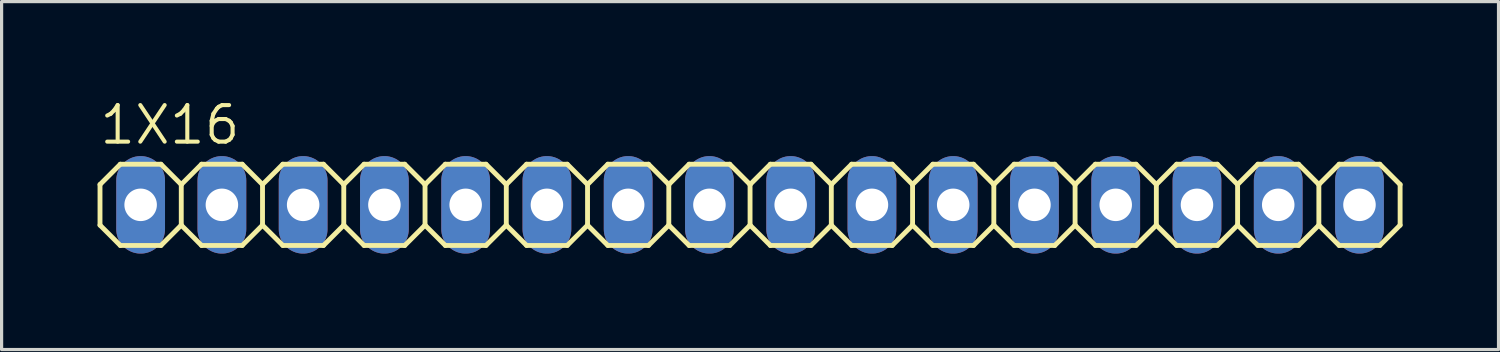
<source format=kicad_pcb>
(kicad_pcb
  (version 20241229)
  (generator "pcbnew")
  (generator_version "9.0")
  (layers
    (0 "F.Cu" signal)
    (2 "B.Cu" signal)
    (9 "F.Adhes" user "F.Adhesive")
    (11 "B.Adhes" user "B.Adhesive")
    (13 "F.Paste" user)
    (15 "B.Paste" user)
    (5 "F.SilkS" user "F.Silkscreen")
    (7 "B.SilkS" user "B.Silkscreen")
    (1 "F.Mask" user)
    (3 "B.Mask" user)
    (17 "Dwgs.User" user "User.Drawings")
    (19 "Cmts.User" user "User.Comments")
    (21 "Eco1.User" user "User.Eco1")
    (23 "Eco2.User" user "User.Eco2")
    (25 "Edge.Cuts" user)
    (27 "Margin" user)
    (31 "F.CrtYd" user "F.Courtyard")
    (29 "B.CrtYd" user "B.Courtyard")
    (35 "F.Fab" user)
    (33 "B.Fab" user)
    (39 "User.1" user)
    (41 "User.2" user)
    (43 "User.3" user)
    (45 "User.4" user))
  (footprint "1X16"
    (layer "F.Cu")
    (at 20.396 3.353)
    (property "Reference" "1X16" (at -20.396 -1.829 0) (layer "F.SilkS") (effects (font (size 1.143 1.143) (thickness 0.127)) (justify left bottom)))
    (fp_line (start -20.32 -0.635) (end -20.32 0.635) (stroke (width 0.152) (type solid)) (layer "F.SilkS"))
    (fp_line (start -20.32 0.635) (end -19.685 1.27) (stroke (width 0.152) (type solid)) (layer "F.SilkS"))
    (fp_line (start -19.685 -1.27) (end -20.32 -0.635) (stroke (width 0.152) (type solid)) (layer "F.SilkS"))
    (fp_line (start -19.685 -1.27) (end -18.415 -1.27) (stroke (width 0.152) (type solid)) (layer "F.SilkS"))
    (fp_line (start -18.415 -1.27) (end -17.78 -0.635) (stroke (width 0.152) (type solid)) (layer "F.SilkS"))
    (fp_line (start -18.415 1.27) (end -19.685 1.27) (stroke (width 0.152) (type solid)) (layer "F.SilkS"))
    (fp_line (start -17.78 -0.635) (end -17.78 0.635) (stroke (width 0.152) (type solid)) (layer "F.SilkS"))
    (fp_line (start -17.78 -0.635) (end -17.145 -1.27) (stroke (width 0.152) (type solid)) (layer "F.SilkS"))
    (fp_line (start -17.78 0.635) (end -18.415 1.27) (stroke (width 0.152) (type solid)) (layer "F.SilkS"))
    (fp_line (start -17.145 -1.27) (end -15.875 -1.27) (stroke (width 0.152) (type solid)) (layer "F.SilkS"))
    (fp_line (start -17.145 1.27) (end -17.78 0.635) (stroke (width 0.152) (type solid)) (layer "F.SilkS"))
    (fp_line (start -15.875 -1.27) (end -15.24 -0.635) (stroke (width 0.152) (type solid)) (layer "F.SilkS"))
    (fp_line (start -15.875 1.27) (end -17.145 1.27) (stroke (width 0.152) (type solid)) (layer "F.SilkS"))
    (fp_line (start -15.24 -0.635) (end -15.24 0.635) (stroke (width 0.152) (type solid)) (layer "F.SilkS"))
    (fp_line (start -15.24 -0.635) (end -14.605 -1.27) (stroke (width 0.152) (type solid)) (layer "F.SilkS"))
    (fp_line (start -15.24 0.635) (end -15.875 1.27) (stroke (width 0.152) (type solid)) (layer "F.SilkS"))
    (fp_line (start -14.605 -1.27) (end -13.335 -1.27) (stroke (width 0.152) (type solid)) (layer "F.SilkS"))
    (fp_line (start -14.605 1.27) (end -15.24 0.635) (stroke (width 0.152) (type solid)) (layer "F.SilkS"))
    (fp_line (start -13.335 -1.27) (end -12.7 -0.635) (stroke (width 0.152) (type solid)) (layer "F.SilkS"))
    (fp_line (start -13.335 1.27) (end -14.605 1.27) (stroke (width 0.152) (type solid)) (layer "F.SilkS"))
    (fp_line (start -12.7 -0.635) (end -12.7 0.635) (stroke (width 0.152) (type solid)) (layer "F.SilkS"))
    (fp_line (start -12.7 0.635) (end -13.335 1.27) (stroke (width 0.152) (type solid)) (layer "F.SilkS"))
    (fp_line (start -12.7 0.635) (end -12.065 1.27) (stroke (width 0.152) (type solid)) (layer "F.SilkS"))
    (fp_line (start -12.065 -1.27) (end -12.7 -0.635) (stroke (width 0.152) (type solid)) (layer "F.SilkS"))
    (fp_line (start -12.065 -1.27) (end -10.795 -1.27) (stroke (width 0.152) (type solid)) (layer "F.SilkS"))
    (fp_line (start -10.795 -1.27) (end -10.16 -0.635) (stroke (width 0.152) (type solid)) (layer "F.SilkS"))
    (fp_line (start -10.795 1.27) (end -12.065 1.27) (stroke (width 0.152) (type solid)) (layer "F.SilkS"))
    (fp_line (start -10.16 -0.635) (end -10.16 0.635) (stroke (width 0.152) (type solid)) (layer "F.SilkS"))
    (fp_line (start -10.16 -0.635) (end -9.525 -1.27) (stroke (width 0.152) (type solid)) (layer "F.SilkS"))
    (fp_line (start -10.16 0.635) (end -10.795 1.27) (stroke (width 0.152) (type solid)) (layer "F.SilkS"))
    (fp_line (start -9.525 -1.27) (end -8.255 -1.27) (stroke (width 0.152) (type solid)) (layer "F.SilkS"))
    (fp_line (start -9.525 1.27) (end -10.16 0.635) (stroke (width 0.152) (type solid)) (layer "F.SilkS"))
    (fp_line (start -8.255 -1.27) (end -7.62 -0.635) (stroke (width 0.152) (type solid)) (layer "F.SilkS"))
    (fp_line (start -8.255 1.27) (end -9.525 1.27) (stroke (width 0.152) (type solid)) (layer "F.SilkS"))
    (fp_line (start -7.62 -0.635) (end -7.62 0.635) (stroke (width 0.152) (type solid)) (layer "F.SilkS"))
    (fp_line (start -7.62 -0.635) (end -6.985 -1.27) (stroke (width 0.152) (type solid)) (layer "F.SilkS"))
    (fp_line (start -7.62 0.635) (end -8.255 1.27) (stroke (width 0.152) (type solid)) (layer "F.SilkS"))
    (fp_line (start -6.985 -1.27) (end -5.715 -1.27) (stroke (width 0.152) (type solid)) (layer "F.SilkS"))
    (fp_line (start -6.985 1.27) (end -7.62 0.635) (stroke (width 0.152) (type solid)) (layer "F.SilkS"))
    (fp_line (start -5.715 -1.27) (end -5.08 -0.635) (stroke (width 0.152) (type solid)) (layer "F.SilkS"))
    (fp_line (start -5.715 1.27) (end -6.985 1.27) (stroke (width 0.152) (type solid)) (layer "F.SilkS"))
    (fp_line (start -5.08 -0.635) (end -5.08 0.635) (stroke (width 0.152) (type solid)) (layer "F.SilkS"))
    (fp_line (start -5.08 0.635) (end -5.715 1.27) (stroke (width 0.152) (type solid)) (layer "F.SilkS"))
    (fp_line (start -5.08 0.635) (end -4.445 1.27) (stroke (width 0.152) (type solid)) (layer "F.SilkS"))
    (fp_line (start -4.445 -1.27) (end -5.08 -0.635) (stroke (width 0.152) (type solid)) (layer "F.SilkS"))
    (fp_line (start -4.445 -1.27) (end -3.175 -1.27) (stroke (width 0.152) (type solid)) (layer "F.SilkS"))
    (fp_line (start -3.175 -1.27) (end -2.54 -0.635) (stroke (width 0.152) (type solid)) (layer "F.SilkS"))
    (fp_line (start -3.175 1.27) (end -4.445 1.27) (stroke (width 0.152) (type solid)) (layer "F.SilkS"))
    (fp_line (start -2.54 -0.635) (end -2.54 0.635) (stroke (width 0.152) (type solid)) (layer "F.SilkS"))
    (fp_line (start -2.54 -0.635) (end -1.905 -1.27) (stroke (width 0.152) (type solid)) (layer "F.SilkS"))
    (fp_line (start -2.54 0.635) (end -3.175 1.27) (stroke (width 0.152) (type solid)) (layer "F.SilkS"))
    (fp_line (start -1.905 -1.27) (end -0.635 -1.27) (stroke (width 0.152) (type solid)) (layer "F.SilkS"))
    (fp_line (start -1.905 1.27) (end -2.54 0.635) (stroke (width 0.152) (type solid)) (layer "F.SilkS"))
    (fp_line (start -0.635 -1.27) (end 0 -0.635) (stroke (width 0.152) (type solid)) (layer "F.SilkS"))
    (fp_line (start -0.635 1.27) (end -1.905 1.27) (stroke (width 0.152) (type solid)) (layer "F.SilkS"))
    (fp_line (start 0 -0.635) (end 0 0.635) (stroke (width 0.152) (type solid)) (layer "F.SilkS"))
    (fp_line (start 0 -0.635) (end 0.635 -1.27) (stroke (width 0.152) (type solid)) (layer "F.SilkS"))
    (fp_line (start 0 0.635) (end -0.635 1.27) (stroke (width 0.152) (type solid)) (layer "F.SilkS"))
    (fp_line (start 0.635 -1.27) (end 1.905 -1.27) (stroke (width 0.152) (type solid)) (layer "F.SilkS"))
    (fp_line (start 0.635 1.27) (end 0 0.635) (stroke (width 0.152) (type solid)) (layer "F.SilkS"))
    (fp_line (start 1.905 -1.27) (end 2.54 -0.635) (stroke (width 0.152) (type solid)) (layer "F.SilkS"))
    (fp_line (start 1.905 1.27) (end 0.635 1.27) (stroke (width 0.152) (type solid)) (layer "F.SilkS"))
    (fp_line (start 2.54 -0.635) (end 2.54 0.635) (stroke (width 0.152) (type solid)) (layer "F.SilkS"))
    (fp_line (start 2.54 0.635) (end 1.905 1.27) (stroke (width 0.152) (type solid)) (layer "F.SilkS"))
    (fp_line (start 2.54 0.635) (end 3.175 1.27) (stroke (width 0.152) (type solid)) (layer "F.SilkS"))
    (fp_line (start 3.175 -1.27) (end 2.54 -0.635) (stroke (width 0.152) (type solid)) (layer "F.SilkS"))
    (fp_line (start 3.175 -1.27) (end 4.445 -1.27) (stroke (width 0.152) (type solid)) (layer "F.SilkS"))
    (fp_line (start 4.445 -1.27) (end 5.08 -0.635) (stroke (width 0.152) (type solid)) (layer "F.SilkS"))
    (fp_line (start 4.445 1.27) (end 3.175 1.27) (stroke (width 0.152) (type solid)) (layer "F.SilkS"))
    (fp_line (start 5.08 -0.635) (end 5.08 0.635) (stroke (width 0.152) (type solid)) (layer "F.SilkS"))
    (fp_line (start 5.08 -0.635) (end 5.715 -1.27) (stroke (width 0.152) (type solid)) (layer "F.SilkS"))
    (fp_line (start 5.08 0.635) (end 4.445 1.27) (stroke (width 0.152) (type solid)) (layer "F.SilkS"))
    (fp_line (start 5.715 -1.27) (end 6.985 -1.27) (stroke (width 0.152) (type solid)) (layer "F.SilkS"))
    (fp_line (start 5.715 1.27) (end 5.08 0.635) (stroke (width 0.152) (type solid)) (layer "F.SilkS"))
    (fp_line (start 6.985 -1.27) (end 7.62 -0.635) (stroke (width 0.152) (type solid)) (layer "F.SilkS"))
    (fp_line (start 6.985 1.27) (end 5.715 1.27) (stroke (width 0.152) (type solid)) (layer "F.SilkS"))
    (fp_line (start 7.62 -0.635) (end 7.62 0.635) (stroke (width 0.152) (type solid)) (layer "F.SilkS"))
    (fp_line (start 7.62 -0.635) (end 8.255 -1.27) (stroke (width 0.152) (type solid)) (layer "F.SilkS"))
    (fp_line (start 7.62 0.635) (end 6.985 1.27) (stroke (width 0.152) (type solid)) (layer "F.SilkS"))
    (fp_line (start 8.255 -1.27) (end 9.525 -1.27) (stroke (width 0.152) (type solid)) (layer "F.SilkS"))
    (fp_line (start 8.255 1.27) (end 7.62 0.635) (stroke (width 0.152) (type solid)) (layer "F.SilkS"))
    (fp_line (start 9.525 -1.27) (end 10.16 -0.635) (stroke (width 0.152) (type solid)) (layer "F.SilkS"))
    (fp_line (start 9.525 1.27) (end 8.255 1.27) (stroke (width 0.152) (type solid)) (layer "F.SilkS"))
    (fp_line (start 10.16 -0.635) (end 10.16 0.635) (stroke (width 0.152) (type solid)) (layer "F.SilkS"))
    (fp_line (start 10.16 0.635) (end 9.525 1.27) (stroke (width 0.152) (type solid)) (layer "F.SilkS"))
    (fp_line (start 10.16 0.635) (end 10.795 1.27) (stroke (width 0.152) (type solid)) (layer "F.SilkS"))
    (fp_line (start 10.795 -1.27) (end 10.16 -0.635) (stroke (width 0.152) (type solid)) (layer "F.SilkS"))
    (fp_line (start 10.795 -1.27) (end 12.065 -1.27) (stroke (width 0.152) (type solid)) (layer "F.SilkS"))
    (fp_line (start 12.065 -1.27) (end 12.7 -0.635) (stroke (width 0.152) (type solid)) (layer "F.SilkS"))
    (fp_line (start 12.065 1.27) (end 10.795 1.27) (stroke (width 0.152) (type solid)) (layer "F.SilkS"))
    (fp_line (start 12.7 -0.635) (end 12.7 0.635) (stroke (width 0.152) (type solid)) (layer "F.SilkS"))
    (fp_line (start 12.7 -0.635) (end 13.335 -1.27) (stroke (width 0.152) (type solid)) (layer "F.SilkS"))
    (fp_line (start 12.7 0.635) (end 12.065 1.27) (stroke (width 0.152) (type solid)) (layer "F.SilkS"))
    (fp_line (start 13.335 -1.27) (end 14.605 -1.27) (stroke (width 0.152) (type solid)) (layer "F.SilkS"))
    (fp_line (start 13.335 1.27) (end 12.7 0.635) (stroke (width 0.152) (type solid)) (layer "F.SilkS"))
    (fp_line (start 14.605 -1.27) (end 15.24 -0.635) (stroke (width 0.152) (type solid)) (layer "F.SilkS"))
    (fp_line (start 14.605 1.27) (end 13.335 1.27) (stroke (width 0.152) (type solid)) (layer "F.SilkS"))
    (fp_line (start 15.24 -0.635) (end 15.24 0.635) (stroke (width 0.152) (type solid)) (layer "F.SilkS"))
    (fp_line (start 15.24 -0.635) (end 15.875 -1.27) (stroke (width 0.152) (type solid)) (layer "F.SilkS"))
    (fp_line (start 15.24 0.635) (end 14.605 1.27) (stroke (width 0.152) (type solid)) (layer "F.SilkS"))
    (fp_line (start 15.875 -1.27) (end 17.145 -1.27) (stroke (width 0.152) (type solid)) (layer "F.SilkS"))
    (fp_line (start 15.875 1.27) (end 15.24 0.635) (stroke (width 0.152) (type solid)) (layer "F.SilkS"))
    (fp_line (start 17.145 -1.27) (end 17.78 -0.635) (stroke (width 0.152) (type solid)) (layer "F.SilkS"))
    (fp_line (start 17.145 1.27) (end 15.875 1.27) (stroke (width 0.152) (type solid)) (layer "F.SilkS"))
    (fp_line (start 17.78 -0.635) (end 17.78 0.635) (stroke (width 0.152) (type solid)) (layer "F.SilkS"))
    (fp_line (start 17.78 -0.635) (end 18.415 -1.27) (stroke (width 0.152) (type solid)) (layer "F.SilkS"))
    (fp_line (start 17.78 0.635) (end 17.145 1.27) (stroke (width 0.152) (type solid)) (layer "F.SilkS"))
    (fp_line (start 18.415 -1.27) (end 19.685 -1.27) (stroke (width 0.152) (type solid)) (layer "F.SilkS"))
    (fp_line (start 18.415 1.27) (end 17.78 0.635) (stroke (width 0.152) (type solid)) (layer "F.SilkS"))
    (fp_line (start 19.685 -1.27) (end 20.32 -0.635) (stroke (width 0.152) (type solid)) (layer "F.SilkS"))
    (fp_line (start 19.685 1.27) (end 18.415 1.27) (stroke (width 0.152) (type solid)) (layer "F.SilkS"))
    (fp_line (start 20.32 -0.635) (end 20.32 0.635) (stroke (width 0.152) (type solid)) (layer "F.SilkS"))
    (fp_line (start 20.32 0.635) (end 19.685 1.27) (stroke (width 0.152) (type solid)) (layer "F.SilkS"))
    (fp_poly (pts (xy -19.304 0.254) (xy -18.796 0.254) (xy -18.796 -0.254) (xy -19.304 -0.254)) (stroke (width 0.1) (type default)) (fill no) (layer "F.Fab"))
    (fp_poly (pts (xy -16.764 0.254) (xy -16.256 0.254) (xy -16.256 -0.254) (xy -16.764 -0.254)) (stroke (width 0.1) (type default)) (fill no) (layer "F.Fab"))
    (fp_poly (pts (xy -14.224 0.254) (xy -13.716 0.254) (xy -13.716 -0.254) (xy -14.224 -0.254)) (stroke (width 0.1) (type default)) (fill no) (layer "F.Fab"))
    (fp_poly (pts (xy -11.684 0.254) (xy -11.176 0.254) (xy -11.176 -0.254) (xy -11.684 -0.254)) (stroke (width 0.1) (type default)) (fill no) (layer "F.Fab"))
    (fp_poly (pts (xy -9.144 0.254) (xy -8.636 0.254) (xy -8.636 -0.254) (xy -9.144 -0.254)) (stroke (width 0.1) (type default)) (fill no) (layer "F.Fab"))
    (fp_poly (pts (xy -6.604 0.254) (xy -6.096 0.254) (xy -6.096 -0.254) (xy -6.604 -0.254)) (stroke (width 0.1) (type default)) (fill no) (layer "F.Fab"))
    (fp_poly (pts (xy -4.064 0.254) (xy -3.556 0.254) (xy -3.556 -0.254) (xy -4.064 -0.254)) (stroke (width 0.1) (type default)) (fill no) (layer "F.Fab"))
    (fp_poly (pts (xy -1.524 0.254) (xy -1.016 0.254) (xy -1.016 -0.254) (xy -1.524 -0.254)) (stroke (width 0.1) (type default)) (fill no) (layer "F.Fab"))
    (fp_poly (pts (xy 1.016 0.254) (xy 1.524 0.254) (xy 1.524 -0.254) (xy 1.016 -0.254)) (stroke (width 0.1) (type default)) (fill no) (layer "F.Fab"))
    (fp_poly (pts (xy 3.556 0.254) (xy 4.064 0.254) (xy 4.064 -0.254) (xy 3.556 -0.254)) (stroke (width 0.1) (type default)) (fill no) (layer "F.Fab"))
    (fp_poly (pts (xy 6.096 0.254) (xy 6.604 0.254) (xy 6.604 -0.254) (xy 6.096 -0.254)) (stroke (width 0.1) (type default)) (fill no) (layer "F.Fab"))
    (fp_poly (pts (xy 8.636 0.254) (xy 9.144 0.254) (xy 9.144 -0.254) (xy 8.636 -0.254)) (stroke (width 0.1) (type default)) (fill no) (layer "F.Fab"))
    (fp_poly (pts (xy 11.176 0.254) (xy 11.684 0.254) (xy 11.684 -0.254) (xy 11.176 -0.254)) (stroke (width 0.1) (type default)) (fill no) (layer "F.Fab"))
    (fp_poly (pts (xy 13.716 0.254) (xy 14.224 0.254) (xy 14.224 -0.254) (xy 13.716 -0.254)) (stroke (width 0.1) (type default)) (fill no) (layer "F.Fab"))
    (fp_poly (pts (xy 16.256 0.254) (xy 16.764 0.254) (xy 16.764 -0.254) (xy 16.256 -0.254)) (stroke (width 0.1) (type default)) (fill no) (layer "F.Fab"))
    (fp_poly (pts (xy 18.796 0.254) (xy 19.304 0.254) (xy 19.304 -0.254) (xy 18.796 -0.254)) (stroke (width 0.1) (type default)) (fill no) (layer "F.Fab"))
    (pad "1" thru_hole oval (at -19.05 0 90) (size 3.048 1.524) (drill 1.016) (layers "*.Cu" "*.Mask"))
    (pad "2" thru_hole oval (at -16.51 0 90) (size 3.048 1.524) (drill 1.016) (layers "*.Cu" "*.Mask"))
    (pad "3" thru_hole oval (at -13.97 0 90) (size 3.048 1.524) (drill 1.016) (layers "*.Cu" "*.Mask"))
    (pad "4" thru_hole oval (at -11.43 0 90) (size 3.048 1.524) (drill 1.016) (layers "*.Cu" "*.Mask"))
    (pad "5" thru_hole oval (at -8.89 0 90) (size 3.048 1.524) (drill 1.016) (layers "*.Cu" "*.Mask"))
    (pad "6" thru_hole oval (at -6.35 0 90) (size 3.048 1.524) (drill 1.016) (layers "*.Cu" "*.Mask"))
    (pad "7" thru_hole oval (at -3.81 0 90) (size 3.048 1.524) (drill 1.016) (layers "*.Cu" "*.Mask"))
    (pad "8" thru_hole oval (at -1.27 0 90) (size 3.048 1.524) (drill 1.016) (layers "*.Cu" "*.Mask"))
    (pad "9" thru_hole oval (at 1.27 0 90) (size 3.048 1.524) (drill 1.016) (layers "*.Cu" "*.Mask"))
    (pad "10" thru_hole oval (at 3.81 0 90) (size 3.048 1.524) (drill 1.016) (layers "*.Cu" "*.Mask"))
    (pad "11" thru_hole oval (at 6.35 0 90) (size 3.048 1.524) (drill 1.016) (layers "*.Cu" "*.Mask"))
    (pad "12" thru_hole oval (at 8.89 0 90) (size 3.048 1.524) (drill 1.016) (layers "*.Cu" "*.Mask"))
    (pad "13" thru_hole oval (at 11.43 0 90) (size 3.048 1.524) (drill 1.016) (layers "*.Cu" "*.Mask"))
    (pad "14" thru_hole oval (at 13.97 0 90) (size 3.048 1.524) (drill 1.016) (layers "*.Cu" "*.Mask"))
    (pad "15" thru_hole oval (at 16.51 0 90) (size 3.048 1.524) (drill 1.016) (layers "*.Cu" "*.Mask"))
    (pad "16" thru_hole oval (at 19.05 0 90) (size 3.048 1.524) (drill 1.016) (layers "*.Cu" "*.Mask")))
  (gr_rect
    (start -3 -3)
    (end 43.792 7.877)
    (stroke (width 0.1) (type default))
    (fill no)
    (layer "Edge.Cuts")))
</source>
